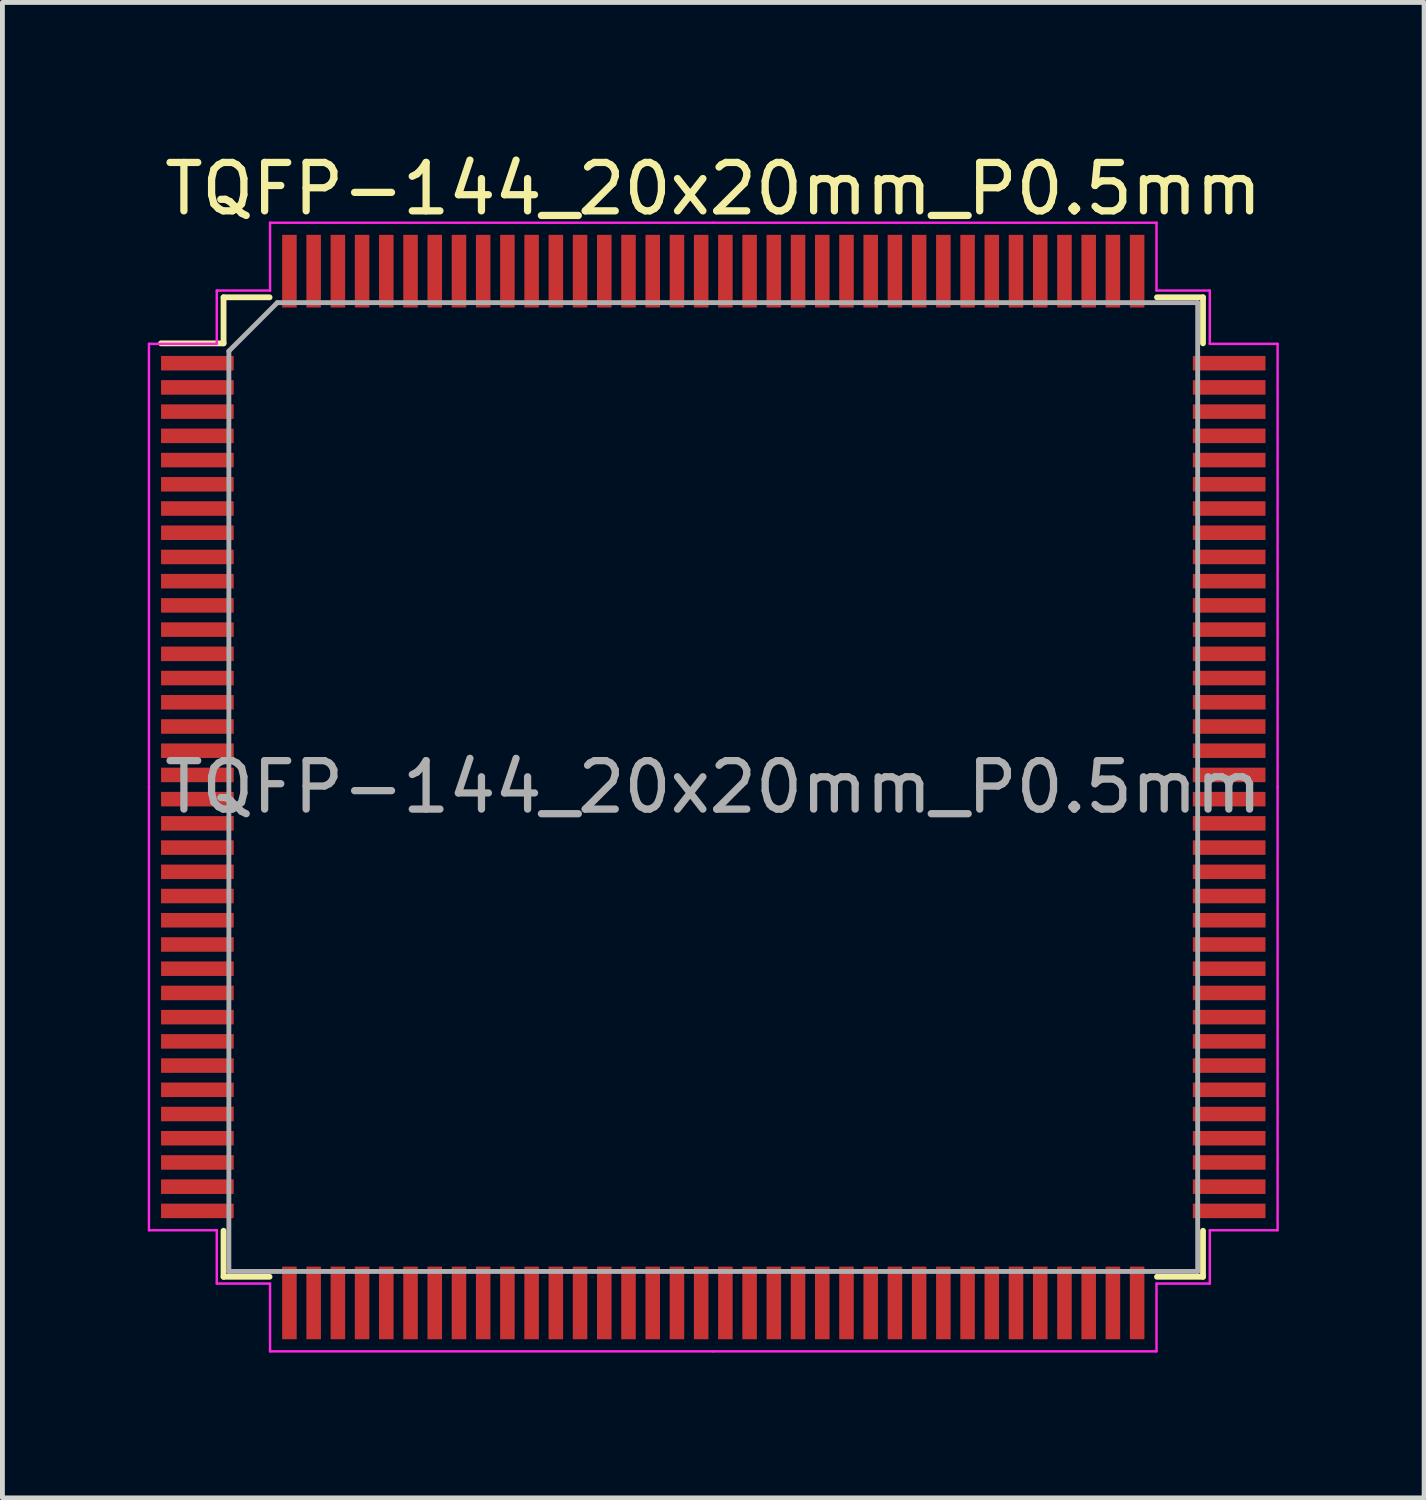
<source format=kicad_pcb>
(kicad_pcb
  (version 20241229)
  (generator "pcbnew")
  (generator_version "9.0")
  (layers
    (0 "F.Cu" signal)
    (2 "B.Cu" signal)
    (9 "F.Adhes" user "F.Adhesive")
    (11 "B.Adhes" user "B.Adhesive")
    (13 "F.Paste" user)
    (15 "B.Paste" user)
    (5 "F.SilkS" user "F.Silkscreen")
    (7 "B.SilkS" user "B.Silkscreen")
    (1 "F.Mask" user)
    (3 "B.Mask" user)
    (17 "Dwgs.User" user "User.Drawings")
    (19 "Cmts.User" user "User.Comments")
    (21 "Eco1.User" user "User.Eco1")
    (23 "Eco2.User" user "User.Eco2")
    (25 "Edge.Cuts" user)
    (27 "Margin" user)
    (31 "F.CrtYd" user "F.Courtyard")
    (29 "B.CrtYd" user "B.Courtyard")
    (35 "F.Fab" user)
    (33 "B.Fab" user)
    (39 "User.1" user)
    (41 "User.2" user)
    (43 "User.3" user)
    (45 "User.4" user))
  (footprint "TQFP-144_20x20mm_P0.5mm"
    (layer "F.Cu")
    (at 11.675 13.198)
    (property "Reference" "TQFP-144_20x20mm_P0.5mm" (at 0 -12.35 0) (layer "F.SilkS") (effects (font (size 1 1) (thickness 0.15))))
    (attr smd)
    (fp_line (start -10.11 -10.11) (end -10.11 -9.16) (stroke (width 0.12) (type solid)) (layer "F.SilkS"))
    (fp_line (start -10.11 -9.16) (end -11.4 -9.16) (stroke (width 0.12) (type solid)) (layer "F.SilkS"))
    (fp_line (start -10.11 10.11) (end -10.11 9.16) (stroke (width 0.12) (type solid)) (layer "F.SilkS"))
    (fp_line (start -9.16 -10.11) (end -10.11 -10.11) (stroke (width 0.12) (type solid)) (layer "F.SilkS"))
    (fp_line (start -9.16 10.11) (end -10.11 10.11) (stroke (width 0.12) (type solid)) (layer "F.SilkS"))
    (fp_line (start 9.16 -10.11) (end 10.11 -10.11) (stroke (width 0.12) (type solid)) (layer "F.SilkS"))
    (fp_line (start 9.16 10.11) (end 10.11 10.11) (stroke (width 0.12) (type solid)) (layer "F.SilkS"))
    (fp_line (start 10.11 -10.11) (end 10.11 -9.16) (stroke (width 0.12) (type solid)) (layer "F.SilkS"))
    (fp_line (start 10.11 10.11) (end 10.11 9.16) (stroke (width 0.12) (type solid)) (layer "F.SilkS"))
    (fp_line (start -11.65 -9.15) (end -11.65 0) (stroke (width 0.05) (type solid)) (layer "F.CrtYd"))
    (fp_line (start -11.65 9.15) (end -11.65 0) (stroke (width 0.05) (type solid)) (layer "F.CrtYd"))
    (fp_line (start -10.25 -10.25) (end -10.25 -9.15) (stroke (width 0.05) (type solid)) (layer "F.CrtYd"))
    (fp_line (start -10.25 -9.15) (end -11.65 -9.15) (stroke (width 0.05) (type solid)) (layer "F.CrtYd"))
    (fp_line (start -10.25 9.15) (end -11.65 9.15) (stroke (width 0.05) (type solid)) (layer "F.CrtYd"))
    (fp_line (start -10.25 10.25) (end -10.25 9.15) (stroke (width 0.05) (type solid)) (layer "F.CrtYd"))
    (fp_line (start -9.15 -11.65) (end -9.15 -10.25) (stroke (width 0.05) (type solid)) (layer "F.CrtYd"))
    (fp_line (start -9.15 -10.25) (end -10.25 -10.25) (stroke (width 0.05) (type solid)) (layer "F.CrtYd"))
    (fp_line (start -9.15 10.25) (end -10.25 10.25) (stroke (width 0.05) (type solid)) (layer "F.CrtYd"))
    (fp_line (start -9.15 11.65) (end -9.15 10.25) (stroke (width 0.05) (type solid)) (layer "F.CrtYd"))
    (fp_line (start 0 -11.65) (end -9.15 -11.65) (stroke (width 0.05) (type solid)) (layer "F.CrtYd"))
    (fp_line (start 0 -11.65) (end 9.15 -11.65) (stroke (width 0.05) (type solid)) (layer "F.CrtYd"))
    (fp_line (start 0 11.65) (end -9.15 11.65) (stroke (width 0.05) (type solid)) (layer "F.CrtYd"))
    (fp_line (start 0 11.65) (end 9.15 11.65) (stroke (width 0.05) (type solid)) (layer "F.CrtYd"))
    (fp_line (start 9.15 -11.65) (end 9.15 -10.25) (stroke (width 0.05) (type solid)) (layer "F.CrtYd"))
    (fp_line (start 9.15 -10.25) (end 10.25 -10.25) (stroke (width 0.05) (type solid)) (layer "F.CrtYd"))
    (fp_line (start 9.15 10.25) (end 10.25 10.25) (stroke (width 0.05) (type solid)) (layer "F.CrtYd"))
    (fp_line (start 9.15 11.65) (end 9.15 10.25) (stroke (width 0.05) (type solid)) (layer "F.CrtYd"))
    (fp_line (start 10.25 -10.25) (end 10.25 -9.15) (stroke (width 0.05) (type solid)) (layer "F.CrtYd"))
    (fp_line (start 10.25 -9.15) (end 11.65 -9.15) (stroke (width 0.05) (type solid)) (layer "F.CrtYd"))
    (fp_line (start 10.25 9.15) (end 11.65 9.15) (stroke (width 0.05) (type solid)) (layer "F.CrtYd"))
    (fp_line (start 10.25 10.25) (end 10.25 9.15) (stroke (width 0.05) (type solid)) (layer "F.CrtYd"))
    (fp_line (start 11.65 -9.15) (end 11.65 0) (stroke (width 0.05) (type solid)) (layer "F.CrtYd"))
    (fp_line (start 11.65 9.15) (end 11.65 0) (stroke (width 0.05) (type solid)) (layer "F.CrtYd"))
    (fp_line (start -10 -9) (end -9 -10) (stroke (width 0.1) (type solid)) (layer "F.Fab"))
    (fp_line (start -10 10) (end -10 -9) (stroke (width 0.1) (type solid)) (layer "F.Fab"))
    (fp_line (start -9 -10) (end 10 -10) (stroke (width 0.1) (type solid)) (layer "F.Fab"))
    (fp_line (start 10 -10) (end 10 10) (stroke (width 0.1) (type solid)) (layer "F.Fab"))
    (fp_line (start 10 10) (end -10 10) (stroke (width 0.1) (type solid)) (layer "F.Fab"))
    (fp_text user "${REFERENCE}" (at 0 0 0) (layer "F.Fab") (effects (font (size 1 1) (thickness 0.15))))
    (pad "1" smd rect (at -10.65 -8.75) (size 1.5 0.3) (layers "F.Cu" "F.Mask" "F.Paste"))
    (pad "2" smd rect (at -10.65 -8.25) (size 1.5 0.3) (layers "F.Cu" "F.Mask" "F.Paste"))
    (pad "3" smd rect (at -10.65 -7.75) (size 1.5 0.3) (layers "F.Cu" "F.Mask" "F.Paste"))
    (pad "4" smd rect (at -10.65 -7.25) (size 1.5 0.3) (layers "F.Cu" "F.Mask" "F.Paste"))
    (pad "5" smd rect (at -10.65 -6.75) (size 1.5 0.3) (layers "F.Cu" "F.Mask" "F.Paste"))
    (pad "6" smd rect (at -10.65 -6.25) (size 1.5 0.3) (layers "F.Cu" "F.Mask" "F.Paste"))
    (pad "7" smd rect (at -10.65 -5.75) (size 1.5 0.3) (layers "F.Cu" "F.Mask" "F.Paste"))
    (pad "8" smd rect (at -10.65 -5.25) (size 1.5 0.3) (layers "F.Cu" "F.Mask" "F.Paste"))
    (pad "9" smd rect (at -10.65 -4.75) (size 1.5 0.3) (layers "F.Cu" "F.Mask" "F.Paste"))
    (pad "10" smd rect (at -10.65 -4.25) (size 1.5 0.3) (layers "F.Cu" "F.Mask" "F.Paste"))
    (pad "11" smd rect (at -10.65 -3.75) (size 1.5 0.3) (layers "F.Cu" "F.Mask" "F.Paste"))
    (pad "12" smd rect (at -10.65 -3.25) (size 1.5 0.3) (layers "F.Cu" "F.Mask" "F.Paste"))
    (pad "13" smd rect (at -10.65 -2.75) (size 1.5 0.3) (layers "F.Cu" "F.Mask" "F.Paste"))
    (pad "14" smd rect (at -10.65 -2.25) (size 1.5 0.3) (layers "F.Cu" "F.Mask" "F.Paste"))
    (pad "15" smd rect (at -10.65 -1.75) (size 1.5 0.3) (layers "F.Cu" "F.Mask" "F.Paste"))
    (pad "16" smd rect (at -10.65 -1.25) (size 1.5 0.3) (layers "F.Cu" "F.Mask" "F.Paste"))
    (pad "17" smd rect (at -10.65 -0.75) (size 1.5 0.3) (layers "F.Cu" "F.Mask" "F.Paste"))
    (pad "18" smd rect (at -10.65 -0.25) (size 1.5 0.3) (layers "F.Cu" "F.Mask" "F.Paste"))
    (pad "19" smd rect (at -10.65 0.25) (size 1.5 0.3) (layers "F.Cu" "F.Mask" "F.Paste"))
    (pad "20" smd rect (at -10.65 0.75) (size 1.5 0.3) (layers "F.Cu" "F.Mask" "F.Paste"))
    (pad "21" smd rect (at -10.65 1.25) (size 1.5 0.3) (layers "F.Cu" "F.Mask" "F.Paste"))
    (pad "22" smd rect (at -10.65 1.75) (size 1.5 0.3) (layers "F.Cu" "F.Mask" "F.Paste"))
    (pad "23" smd rect (at -10.65 2.25) (size 1.5 0.3) (layers "F.Cu" "F.Mask" "F.Paste"))
    (pad "24" smd rect (at -10.65 2.75) (size 1.5 0.3) (layers "F.Cu" "F.Mask" "F.Paste"))
    (pad "25" smd rect (at -10.65 3.25) (size 1.5 0.3) (layers "F.Cu" "F.Mask" "F.Paste"))
    (pad "26" smd rect (at -10.65 3.75) (size 1.5 0.3) (layers "F.Cu" "F.Mask" "F.Paste"))
    (pad "27" smd rect (at -10.65 4.25) (size 1.5 0.3) (layers "F.Cu" "F.Mask" "F.Paste"))
    (pad "28" smd rect (at -10.65 4.75) (size 1.5 0.3) (layers "F.Cu" "F.Mask" "F.Paste"))
    (pad "29" smd rect (at -10.65 5.25) (size 1.5 0.3) (layers "F.Cu" "F.Mask" "F.Paste"))
    (pad "30" smd rect (at -10.65 5.75) (size 1.5 0.3) (layers "F.Cu" "F.Mask" "F.Paste"))
    (pad "31" smd rect (at -10.65 6.25) (size 1.5 0.3) (layers "F.Cu" "F.Mask" "F.Paste"))
    (pad "32" smd rect (at -10.65 6.75) (size 1.5 0.3) (layers "F.Cu" "F.Mask" "F.Paste"))
    (pad "33" smd rect (at -10.65 7.25) (size 1.5 0.3) (layers "F.Cu" "F.Mask" "F.Paste"))
    (pad "34" smd rect (at -10.65 7.75) (size 1.5 0.3) (layers "F.Cu" "F.Mask" "F.Paste"))
    (pad "35" smd rect (at -10.65 8.25) (size 1.5 0.3) (layers "F.Cu" "F.Mask" "F.Paste"))
    (pad "36" smd rect (at -10.65 8.75) (size 1.5 0.3) (layers "F.Cu" "F.Mask" "F.Paste"))
    (pad "37" smd rect (at -8.75 10.65) (size 0.3 1.5) (layers "F.Cu" "F.Mask" "F.Paste"))
    (pad "38" smd rect (at -8.25 10.65) (size 0.3 1.5) (layers "F.Cu" "F.Mask" "F.Paste"))
    (pad "39" smd rect (at -7.75 10.65) (size 0.3 1.5) (layers "F.Cu" "F.Mask" "F.Paste"))
    (pad "40" smd rect (at -7.25 10.65) (size 0.3 1.5) (layers "F.Cu" "F.Mask" "F.Paste"))
    (pad "41" smd rect (at -6.75 10.65) (size 0.3 1.5) (layers "F.Cu" "F.Mask" "F.Paste"))
    (pad "42" smd rect (at -6.25 10.65) (size 0.3 1.5) (layers "F.Cu" "F.Mask" "F.Paste"))
    (pad "43" smd rect (at -5.75 10.65) (size 0.3 1.5) (layers "F.Cu" "F.Mask" "F.Paste"))
    (pad "44" smd rect (at -5.25 10.65) (size 0.3 1.5) (layers "F.Cu" "F.Mask" "F.Paste"))
    (pad "45" smd rect (at -4.75 10.65) (size 0.3 1.5) (layers "F.Cu" "F.Mask" "F.Paste"))
    (pad "46" smd rect (at -4.25 10.65) (size 0.3 1.5) (layers "F.Cu" "F.Mask" "F.Paste"))
    (pad "47" smd rect (at -3.75 10.65) (size 0.3 1.5) (layers "F.Cu" "F.Mask" "F.Paste"))
    (pad "48" smd rect (at -3.25 10.65) (size 0.3 1.5) (layers "F.Cu" "F.Mask" "F.Paste"))
    (pad "49" smd rect (at -2.75 10.65) (size 0.3 1.5) (layers "F.Cu" "F.Mask" "F.Paste"))
    (pad "50" smd rect (at -2.25 10.65) (size 0.3 1.5) (layers "F.Cu" "F.Mask" "F.Paste"))
    (pad "51" smd rect (at -1.75 10.65) (size 0.3 1.5) (layers "F.Cu" "F.Mask" "F.Paste"))
    (pad "52" smd rect (at -1.25 10.65) (size 0.3 1.5) (layers "F.Cu" "F.Mask" "F.Paste"))
    (pad "53" smd rect (at -0.75 10.65) (size 0.3 1.5) (layers "F.Cu" "F.Mask" "F.Paste"))
    (pad "54" smd rect (at -0.25 10.65) (size 0.3 1.5) (layers "F.Cu" "F.Mask" "F.Paste"))
    (pad "55" smd rect (at 0.25 10.65) (size 0.3 1.5) (layers "F.Cu" "F.Mask" "F.Paste"))
    (pad "56" smd rect (at 0.75 10.65) (size 0.3 1.5) (layers "F.Cu" "F.Mask" "F.Paste"))
    (pad "57" smd rect (at 1.25 10.65) (size 0.3 1.5) (layers "F.Cu" "F.Mask" "F.Paste"))
    (pad "58" smd rect (at 1.75 10.65) (size 0.3 1.5) (layers "F.Cu" "F.Mask" "F.Paste"))
    (pad "59" smd rect (at 2.25 10.65) (size 0.3 1.5) (layers "F.Cu" "F.Mask" "F.Paste"))
    (pad "60" smd rect (at 2.75 10.65) (size 0.3 1.5) (layers "F.Cu" "F.Mask" "F.Paste"))
    (pad "61" smd rect (at 3.25 10.65) (size 0.3 1.5) (layers "F.Cu" "F.Mask" "F.Paste"))
    (pad "62" smd rect (at 3.75 10.65) (size 0.3 1.5) (layers "F.Cu" "F.Mask" "F.Paste"))
    (pad "63" smd rect (at 4.25 10.65) (size 0.3 1.5) (layers "F.Cu" "F.Mask" "F.Paste"))
    (pad "64" smd rect (at 4.75 10.65) (size 0.3 1.5) (layers "F.Cu" "F.Mask" "F.Paste"))
    (pad "65" smd rect (at 5.25 10.65) (size 0.3 1.5) (layers "F.Cu" "F.Mask" "F.Paste"))
    (pad "66" smd rect (at 5.75 10.65) (size 0.3 1.5) (layers "F.Cu" "F.Mask" "F.Paste"))
    (pad "67" smd rect (at 6.25 10.65) (size 0.3 1.5) (layers "F.Cu" "F.Mask" "F.Paste"))
    (pad "68" smd rect (at 6.75 10.65) (size 0.3 1.5) (layers "F.Cu" "F.Mask" "F.Paste"))
    (pad "69" smd rect (at 7.25 10.65) (size 0.3 1.5) (layers "F.Cu" "F.Mask" "F.Paste"))
    (pad "70" smd rect (at 7.75 10.65) (size 0.3 1.5) (layers "F.Cu" "F.Mask" "F.Paste"))
    (pad "71" smd rect (at 8.25 10.65) (size 0.3 1.5) (layers "F.Cu" "F.Mask" "F.Paste"))
    (pad "72" smd rect (at 8.75 10.65) (size 0.3 1.5) (layers "F.Cu" "F.Mask" "F.Paste"))
    (pad "73" smd rect (at 10.65 8.75) (size 1.5 0.3) (layers "F.Cu" "F.Mask" "F.Paste"))
    (pad "74" smd rect (at 10.65 8.25) (size 1.5 0.3) (layers "F.Cu" "F.Mask" "F.Paste"))
    (pad "75" smd rect (at 10.65 7.75) (size 1.5 0.3) (layers "F.Cu" "F.Mask" "F.Paste"))
    (pad "76" smd rect (at 10.65 7.25) (size 1.5 0.3) (layers "F.Cu" "F.Mask" "F.Paste"))
    (pad "77" smd rect (at 10.65 6.75) (size 1.5 0.3) (layers "F.Cu" "F.Mask" "F.Paste"))
    (pad "78" smd rect (at 10.65 6.25) (size 1.5 0.3) (layers "F.Cu" "F.Mask" "F.Paste"))
    (pad "79" smd rect (at 10.65 5.75) (size 1.5 0.3) (layers "F.Cu" "F.Mask" "F.Paste"))
    (pad "80" smd rect (at 10.65 5.25) (size 1.5 0.3) (layers "F.Cu" "F.Mask" "F.Paste"))
    (pad "81" smd rect (at 10.65 4.75) (size 1.5 0.3) (layers "F.Cu" "F.Mask" "F.Paste"))
    (pad "82" smd rect (at 10.65 4.25) (size 1.5 0.3) (layers "F.Cu" "F.Mask" "F.Paste"))
    (pad "83" smd rect (at 10.65 3.75) (size 1.5 0.3) (layers "F.Cu" "F.Mask" "F.Paste"))
    (pad "84" smd rect (at 10.65 3.25) (size 1.5 0.3) (layers "F.Cu" "F.Mask" "F.Paste"))
    (pad "85" smd rect (at 10.65 2.75) (size 1.5 0.3) (layers "F.Cu" "F.Mask" "F.Paste"))
    (pad "86" smd rect (at 10.65 2.25) (size 1.5 0.3) (layers "F.Cu" "F.Mask" "F.Paste"))
    (pad "87" smd rect (at 10.65 1.75) (size 1.5 0.3) (layers "F.Cu" "F.Mask" "F.Paste"))
    (pad "88" smd rect (at 10.65 1.25) (size 1.5 0.3) (layers "F.Cu" "F.Mask" "F.Paste"))
    (pad "89" smd rect (at 10.65 0.75) (size 1.5 0.3) (layers "F.Cu" "F.Mask" "F.Paste"))
    (pad "90" smd rect (at 10.65 0.25) (size 1.5 0.3) (layers "F.Cu" "F.Mask" "F.Paste"))
    (pad "91" smd rect (at 10.65 -0.25) (size 1.5 0.3) (layers "F.Cu" "F.Mask" "F.Paste"))
    (pad "92" smd rect (at 10.65 -0.75) (size 1.5 0.3) (layers "F.Cu" "F.Mask" "F.Paste"))
    (pad "93" smd rect (at 10.65 -1.25) (size 1.5 0.3) (layers "F.Cu" "F.Mask" "F.Paste"))
    (pad "94" smd rect (at 10.65 -1.75) (size 1.5 0.3) (layers "F.Cu" "F.Mask" "F.Paste"))
    (pad "95" smd rect (at 10.65 -2.25) (size 1.5 0.3) (layers "F.Cu" "F.Mask" "F.Paste"))
    (pad "96" smd rect (at 10.65 -2.75) (size 1.5 0.3) (layers "F.Cu" "F.Mask" "F.Paste"))
    (pad "97" smd rect (at 10.65 -3.25) (size 1.5 0.3) (layers "F.Cu" "F.Mask" "F.Paste"))
    (pad "98" smd rect (at 10.65 -3.75) (size 1.5 0.3) (layers "F.Cu" "F.Mask" "F.Paste"))
    (pad "99" smd rect (at 10.65 -4.25) (size 1.5 0.3) (layers "F.Cu" "F.Mask" "F.Paste"))
    (pad "100" smd rect (at 10.65 -4.75) (size 1.5 0.3) (layers "F.Cu" "F.Mask" "F.Paste"))
    (pad "101" smd rect (at 10.65 -5.25) (size 1.5 0.3) (layers "F.Cu" "F.Mask" "F.Paste"))
    (pad "102" smd rect (at 10.65 -5.75) (size 1.5 0.3) (layers "F.Cu" "F.Mask" "F.Paste"))
    (pad "103" smd rect (at 10.65 -6.25) (size 1.5 0.3) (layers "F.Cu" "F.Mask" "F.Paste"))
    (pad "104" smd rect (at 10.65 -6.75) (size 1.5 0.3) (layers "F.Cu" "F.Mask" "F.Paste"))
    (pad "105" smd rect (at 10.65 -7.25) (size 1.5 0.3) (layers "F.Cu" "F.Mask" "F.Paste"))
    (pad "106" smd rect (at 10.65 -7.75) (size 1.5 0.3) (layers "F.Cu" "F.Mask" "F.Paste"))
    (pad "107" smd rect (at 10.65 -8.25) (size 1.5 0.3) (layers "F.Cu" "F.Mask" "F.Paste"))
    (pad "108" smd rect (at 10.65 -8.75) (size 1.5 0.3) (layers "F.Cu" "F.Mask" "F.Paste"))
    (pad "109" smd rect (at 8.75 -10.65) (size 0.3 1.5) (layers "F.Cu" "F.Mask" "F.Paste"))
    (pad "110" smd rect (at 8.25 -10.65) (size 0.3 1.5) (layers "F.Cu" "F.Mask" "F.Paste"))
    (pad "111" smd rect (at 7.75 -10.65) (size 0.3 1.5) (layers "F.Cu" "F.Mask" "F.Paste"))
    (pad "112" smd rect (at 7.25 -10.65) (size 0.3 1.5) (layers "F.Cu" "F.Mask" "F.Paste"))
    (pad "113" smd rect (at 6.75 -10.65) (size 0.3 1.5) (layers "F.Cu" "F.Mask" "F.Paste"))
    (pad "114" smd rect (at 6.25 -10.65) (size 0.3 1.5) (layers "F.Cu" "F.Mask" "F.Paste"))
    (pad "115" smd rect (at 5.75 -10.65) (size 0.3 1.5) (layers "F.Cu" "F.Mask" "F.Paste"))
    (pad "116" smd rect (at 5.25 -10.65) (size 0.3 1.5) (layers "F.Cu" "F.Mask" "F.Paste"))
    (pad "117" smd rect (at 4.75 -10.65) (size 0.3 1.5) (layers "F.Cu" "F.Mask" "F.Paste"))
    (pad "118" smd rect (at 4.25 -10.65) (size 0.3 1.5) (layers "F.Cu" "F.Mask" "F.Paste"))
    (pad "119" smd rect (at 3.75 -10.65) (size 0.3 1.5) (layers "F.Cu" "F.Mask" "F.Paste"))
    (pad "120" smd rect (at 3.25 -10.65) (size 0.3 1.5) (layers "F.Cu" "F.Mask" "F.Paste"))
    (pad "121" smd rect (at 2.75 -10.65) (size 0.3 1.5) (layers "F.Cu" "F.Mask" "F.Paste"))
    (pad "122" smd rect (at 2.25 -10.65) (size 0.3 1.5) (layers "F.Cu" "F.Mask" "F.Paste"))
    (pad "123" smd rect (at 1.75 -10.65) (size 0.3 1.5) (layers "F.Cu" "F.Mask" "F.Paste"))
    (pad "124" smd rect (at 1.25 -10.65) (size 0.3 1.5) (layers "F.Cu" "F.Mask" "F.Paste"))
    (pad "125" smd rect (at 0.75 -10.65) (size 0.3 1.5) (layers "F.Cu" "F.Mask" "F.Paste"))
    (pad "126" smd rect (at 0.25 -10.65) (size 0.3 1.5) (layers "F.Cu" "F.Mask" "F.Paste"))
    (pad "127" smd rect (at -0.25 -10.65) (size 0.3 1.5) (layers "F.Cu" "F.Mask" "F.Paste"))
    (pad "128" smd rect (at -0.75 -10.65) (size 0.3 1.5) (layers "F.Cu" "F.Mask" "F.Paste"))
    (pad "129" smd rect (at -1.25 -10.65) (size 0.3 1.5) (layers "F.Cu" "F.Mask" "F.Paste"))
    (pad "130" smd rect (at -1.75 -10.65) (size 0.3 1.5) (layers "F.Cu" "F.Mask" "F.Paste"))
    (pad "131" smd rect (at -2.25 -10.65) (size 0.3 1.5) (layers "F.Cu" "F.Mask" "F.Paste"))
    (pad "132" smd rect (at -2.75 -10.65) (size 0.3 1.5) (layers "F.Cu" "F.Mask" "F.Paste"))
    (pad "133" smd rect (at -3.25 -10.65) (size 0.3 1.5) (layers "F.Cu" "F.Mask" "F.Paste"))
    (pad "134" smd rect (at -3.75 -10.65) (size 0.3 1.5) (layers "F.Cu" "F.Mask" "F.Paste"))
    (pad "135" smd rect (at -4.25 -10.65) (size 0.3 1.5) (layers "F.Cu" "F.Mask" "F.Paste"))
    (pad "136" smd rect (at -4.75 -10.65) (size 0.3 1.5) (layers "F.Cu" "F.Mask" "F.Paste"))
    (pad "137" smd rect (at -5.25 -10.65) (size 0.3 1.5) (layers "F.Cu" "F.Mask" "F.Paste"))
    (pad "138" smd rect (at -5.75 -10.65) (size 0.3 1.5) (layers "F.Cu" "F.Mask" "F.Paste"))
    (pad "139" smd rect (at -6.25 -10.65) (size 0.3 1.5) (layers "F.Cu" "F.Mask" "F.Paste"))
    (pad "140" smd rect (at -6.75 -10.65) (size 0.3 1.5) (layers "F.Cu" "F.Mask" "F.Paste"))
    (pad "141" smd rect (at -7.25 -10.65) (size 0.3 1.5) (layers "F.Cu" "F.Mask" "F.Paste"))
    (pad "142" smd rect (at -7.75 -10.65) (size 0.3 1.5) (layers "F.Cu" "F.Mask" "F.Paste"))
    (pad "143" smd rect (at -8.25 -10.65) (size 0.3 1.5) (layers "F.Cu" "F.Mask" "F.Paste"))
    (pad "144" smd rect (at -8.75 -10.65) (size 0.3 1.5) (layers "F.Cu" "F.Mask" "F.Paste")))
  (gr_rect
    (start -3 -3)
    (end 26.35 27.873)
    (stroke (width 0.1) (type default))
    (fill no)
    (layer "Edge.Cuts")))
</source>
